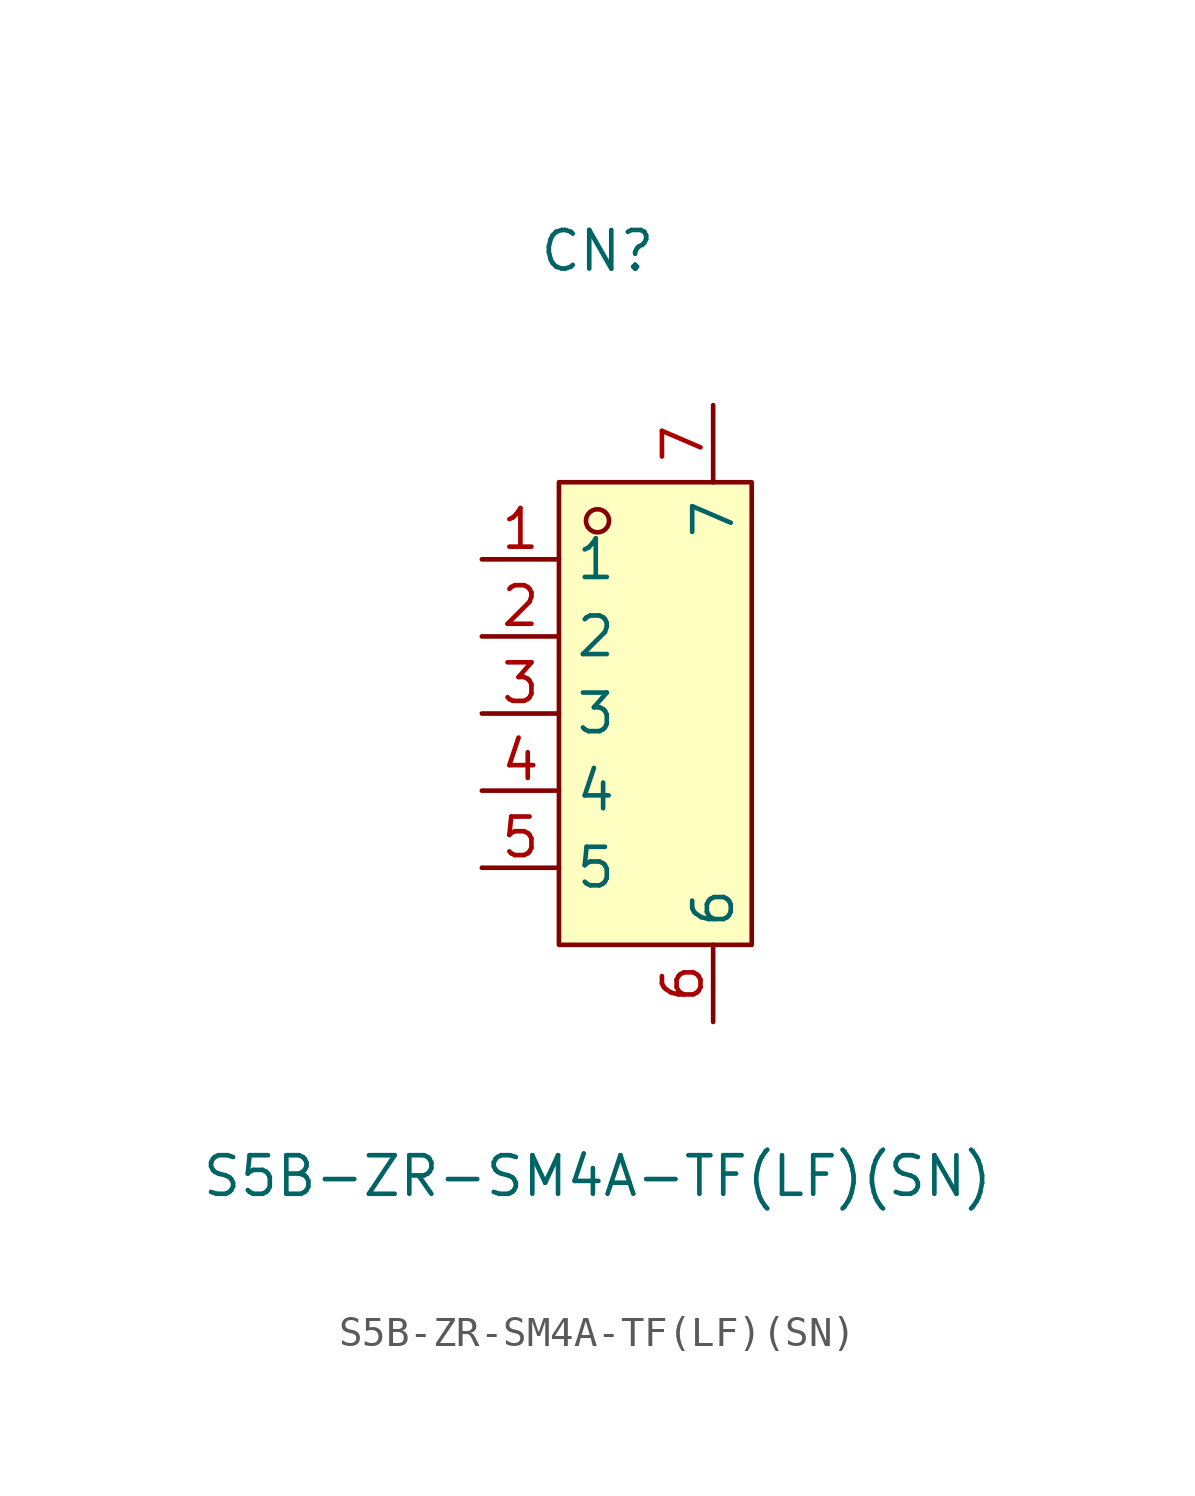
<source format=kicad_sym>
(kicad_symbol_lib
  (version 20211014)
  (generator https://github.com/uPesy/easyeda2kicad.py)
  (symbol "S5B-ZR-SM4A-TF(LF)(SN)"
    (property "Reference" "CN"
      (at 0 15.24 0)
      (effects (font (size 1.27 1.27))))
    (property "Value" "S5B-ZR-SM4A-TF(LF)(SN)"
      (at 0 -15.24 0)
      (effects (font (size 1.27 1.27))))
    (symbol "S5B-ZR-SM4A-TF(LF)(SN)_0_1"
      (rectangle (start -1.27 7.62) (end 5.08 -7.62) (stroke (width 0) (type default) (color 0 0 0 0)) (fill (type background)))
      (circle (center 0.00 6.35) (radius 0.38) (stroke (width 0) (type default) (color 0 0 0 0)) (fill (type none)))
      (pin unspecified line (at -3.81 5.08 0) (length 2.54) (name "1" (effects (font (size 1.27 1.27)))) (number "1" (effects (font (size 1.27 1.27)))))
      (pin unspecified line (at -3.81 2.54 0) (length 2.54) (name "2" (effects (font (size 1.27 1.27)))) (number "2" (effects (font (size 1.27 1.27)))))
      (pin unspecified line (at -3.81 -0.00 0) (length 2.54) (name "3" (effects (font (size 1.27 1.27)))) (number "3" (effects (font (size 1.27 1.27)))))
      (pin unspecified line (at -3.81 -2.54 0) (length 2.54) (name "4" (effects (font (size 1.27 1.27)))) (number "4" (effects (font (size 1.27 1.27)))))
      (pin unspecified line (at -3.81 -5.08 0) (length 2.54) (name "5" (effects (font (size 1.27 1.27)))) (number "5" (effects (font (size 1.27 1.27)))))
      (pin unspecified line (at 3.81 -10.16 90) (length 2.54) (name "6" (effects (font (size 1.27 1.27)))) (number "6" (effects (font (size 1.27 1.27)))))
      (pin unspecified line (at 3.81 10.16 270) (length 2.54) (name "7" (effects (font (size 1.27 1.27)))) (number "7" (effects (font (size 1.27 1.27))))))))
</source>
